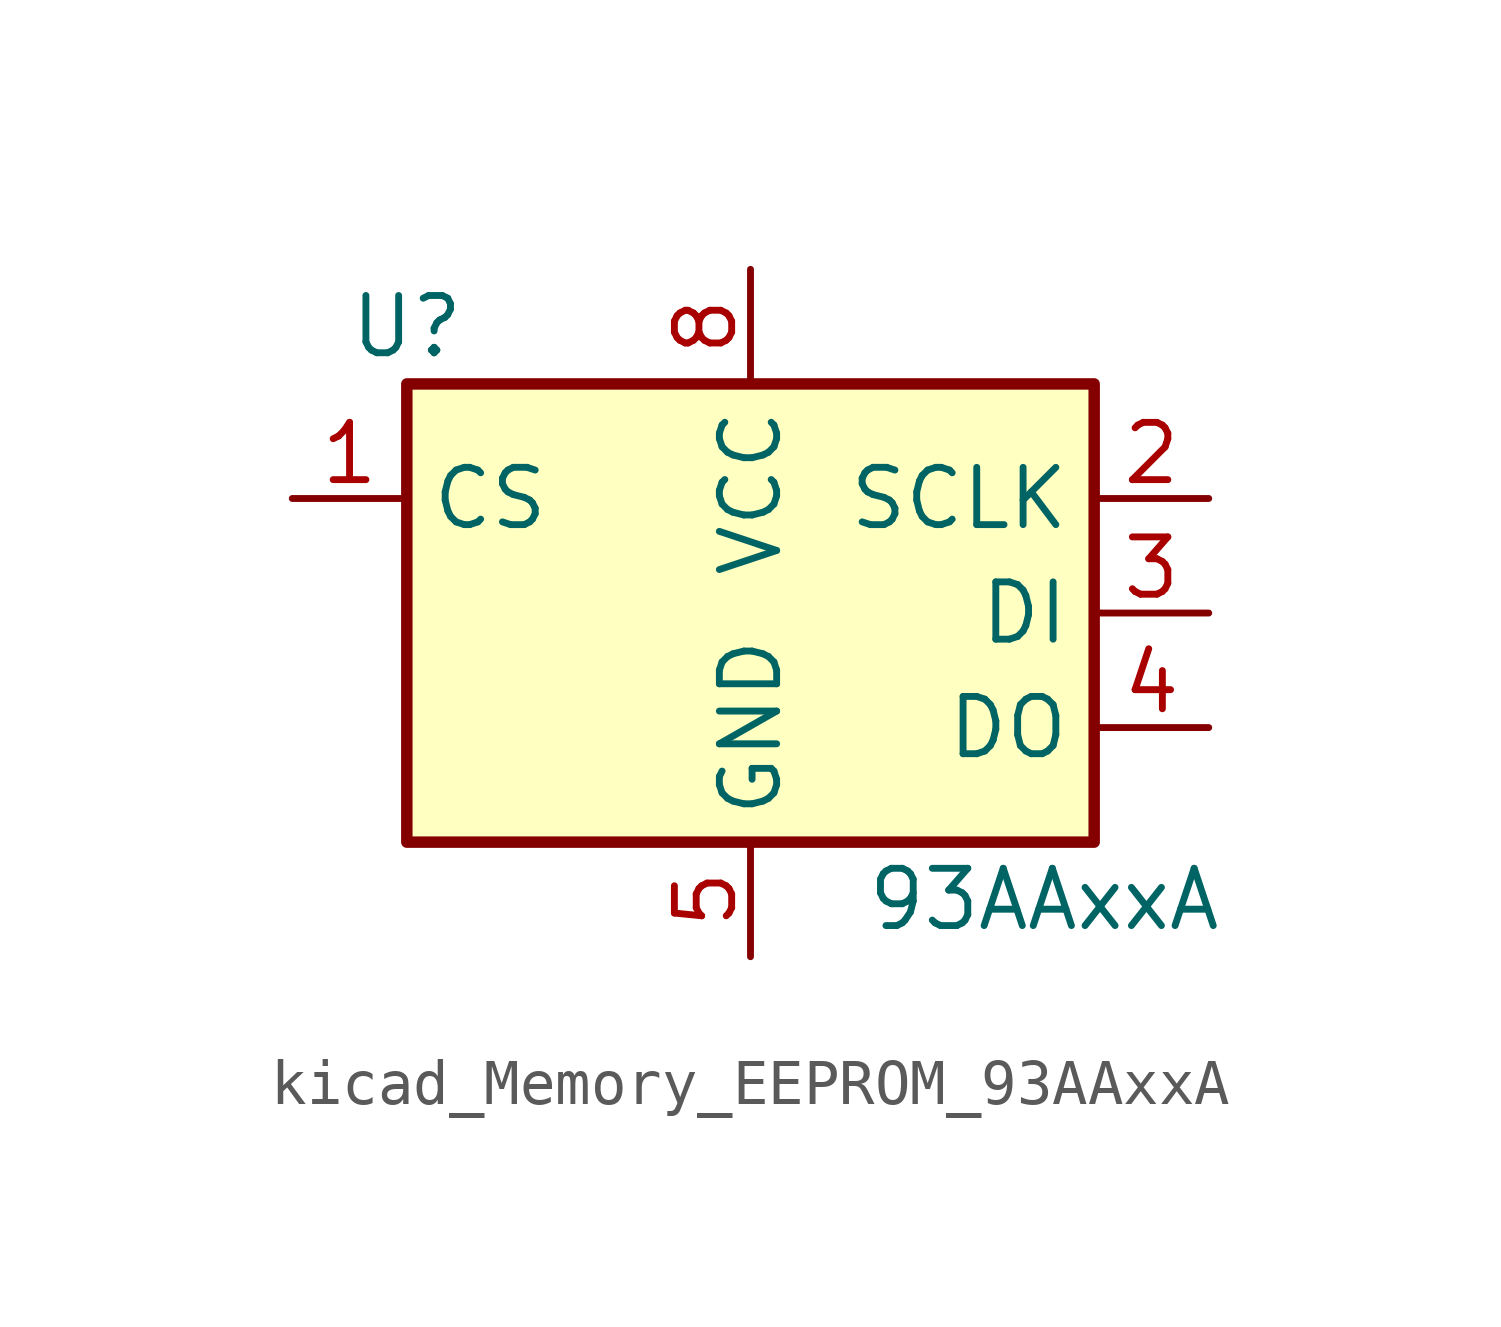
<source format=kicad_sym>
(kicad_symbol_lib
  (version 20220914)
  (generator kicad_symbol_editor)
  (symbol "kicad_Memory_EEPROM_93AAxxA"
    (property "Reference" "U"
      (at -7.62 6.35 0)
      (effects (font (size 1.27 1.27))))
    (property "Value" "93AAxxA"
      (at 2.54 -6.35 0)
      (effects (font (size 1.27 1.27)) (justify left)))
    (symbol "kicad_Memory_EEPROM_93AAxxA_1_1"
      (rectangle (start -7.62 5.08) (end 7.62 -5.08) (stroke (width 0.254) (type default)) (fill (type background)))
      (pin input line (at -10.16 2.54 0) (length 2.54) (name "CS" (effects (font (size 1.27 1.27)))) (number "1" (effects (font (size 1.27 1.27)))))
      (pin input line (at 10.16 2.54 180) (length 2.54) (name "SCLK" (effects (font (size 1.27 1.27)))) (number "2" (effects (font (size 1.27 1.27)))))
      (pin input line (at 10.16 0 180) (length 2.54) (name "DI" (effects (font (size 1.27 1.27)))) (number "3" (effects (font (size 1.27 1.27)))))
      (pin tri_state line (at 10.16 -2.54 180) (length 2.54) (name "DO" (effects (font (size 1.27 1.27)))) (number "4" (effects (font (size 1.27 1.27)))))
      (pin power_in line (at 0 -7.62 90) (length 2.54) (name "GND" (effects (font (size 1.27 1.27)))) (number "5" (effects (font (size 1.27 1.27)))))
      (pin no_connect line (at -7.62 0 0) (length 2.54) hide (name "NC" (effects (font (size 1.27 1.27)))) (number "6" (effects (font (size 1.27 1.27)))))
      (pin no_connect line (at -7.62 -2.54 0) (length 2.54) hide (name "NC" (effects (font (size 1.27 1.27)))) (number "7" (effects (font (size 1.27 1.27)))))
      (pin power_in line (at 0 7.62 270) (length 2.54) (name "VCC" (effects (font (size 1.27 1.27)))) (number "8" (effects (font (size 1.27 1.27))))))))
</source>
